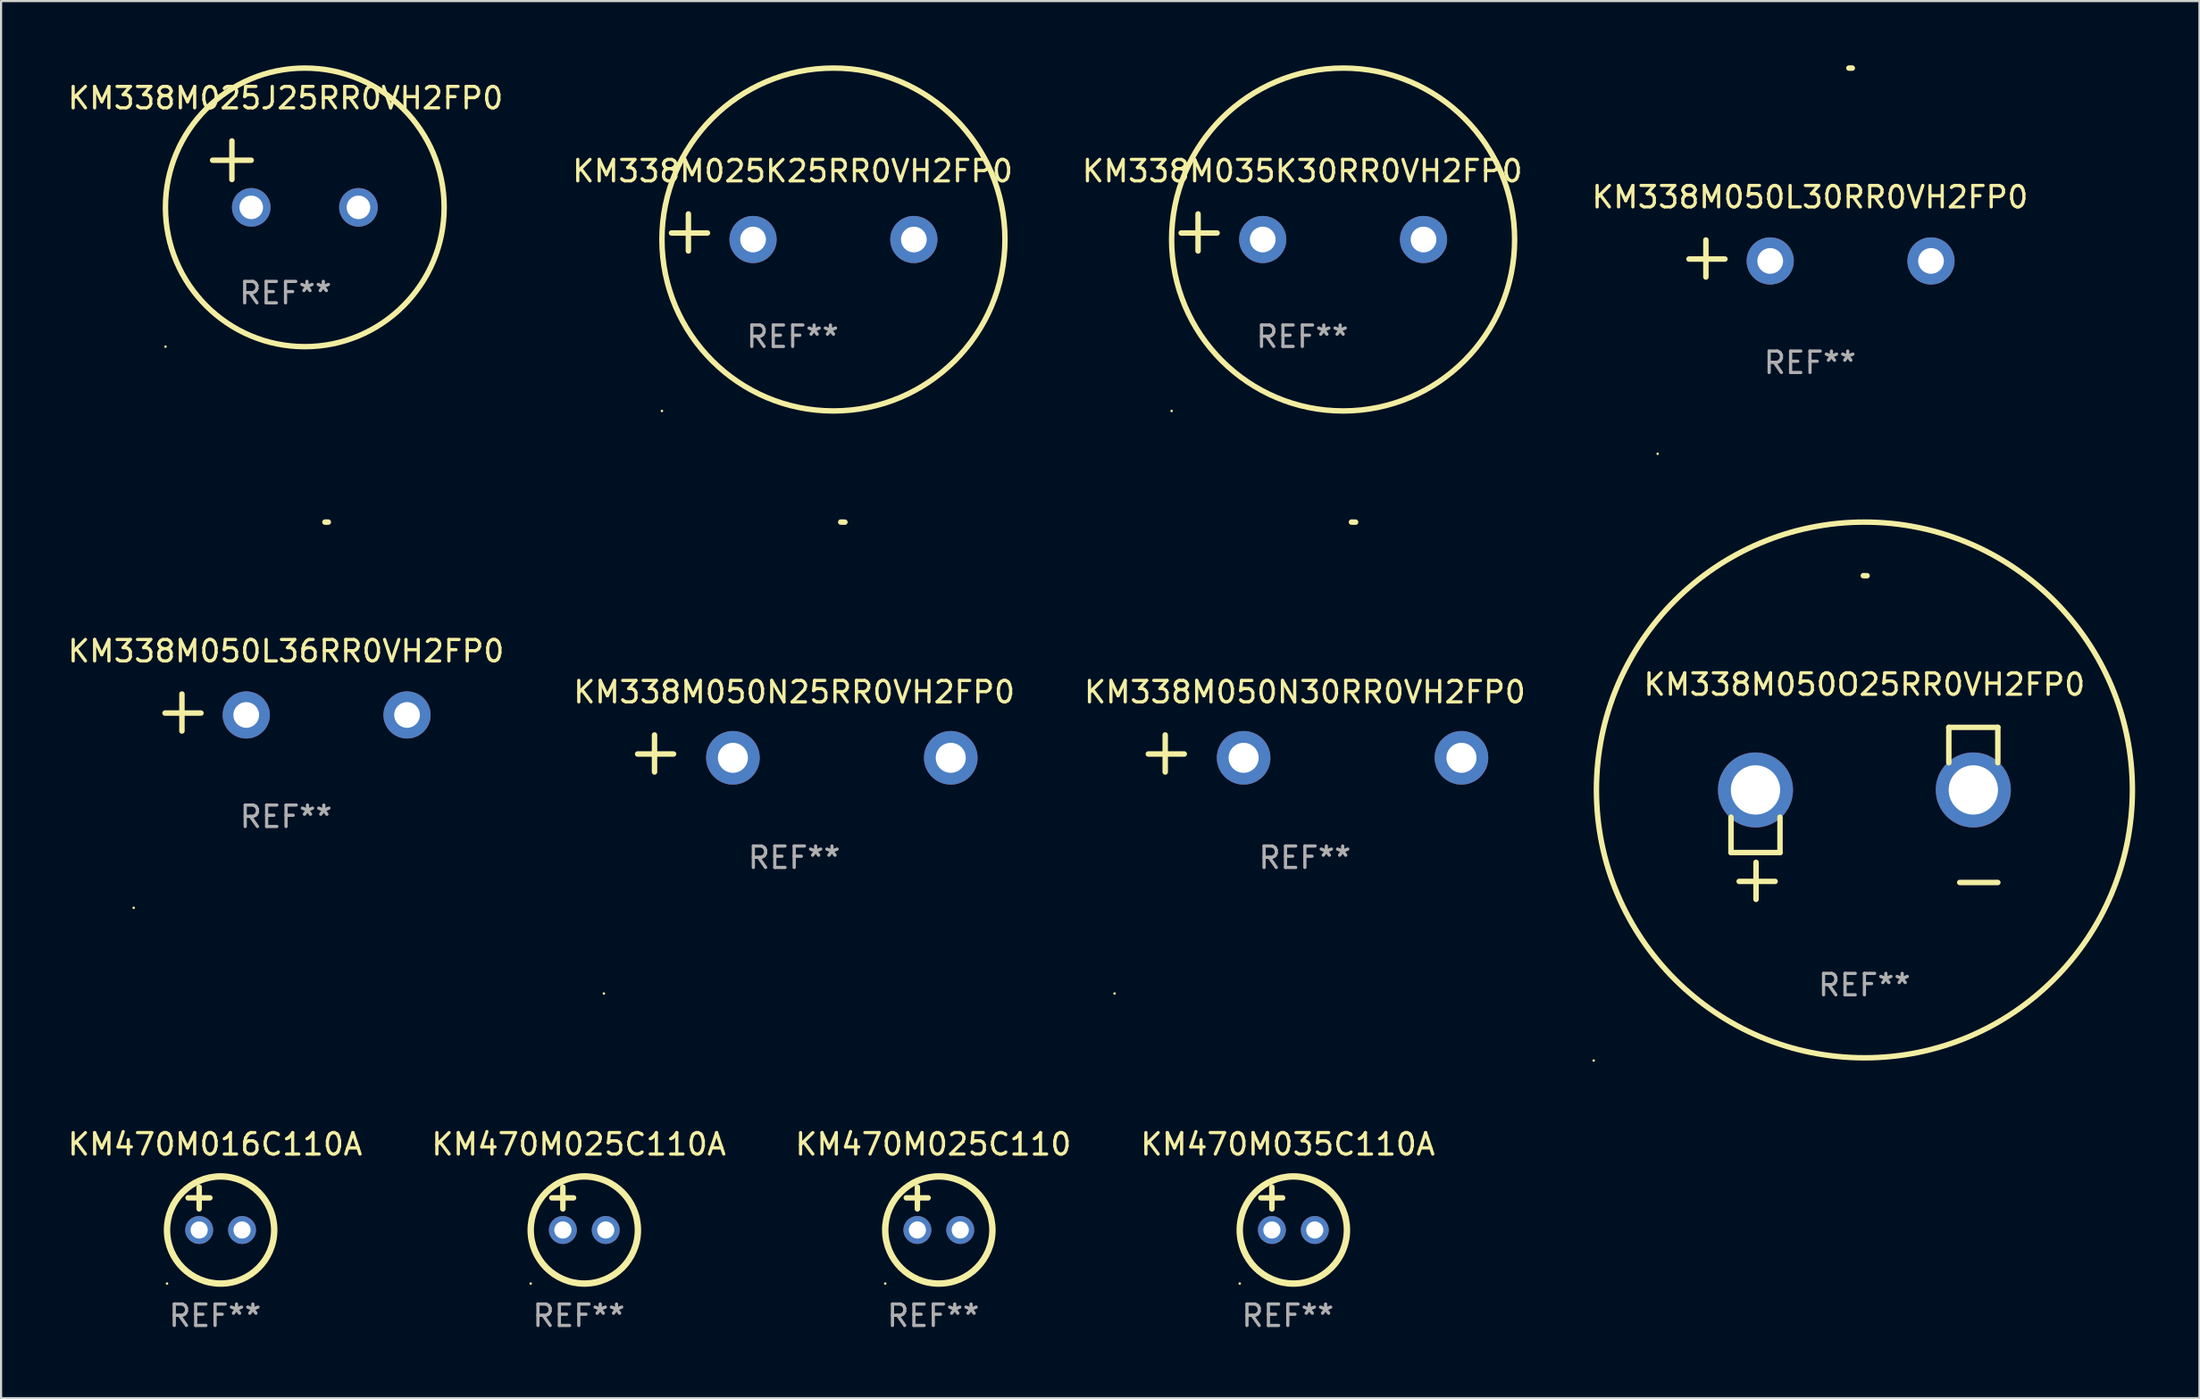
<source format=kicad_pcb>
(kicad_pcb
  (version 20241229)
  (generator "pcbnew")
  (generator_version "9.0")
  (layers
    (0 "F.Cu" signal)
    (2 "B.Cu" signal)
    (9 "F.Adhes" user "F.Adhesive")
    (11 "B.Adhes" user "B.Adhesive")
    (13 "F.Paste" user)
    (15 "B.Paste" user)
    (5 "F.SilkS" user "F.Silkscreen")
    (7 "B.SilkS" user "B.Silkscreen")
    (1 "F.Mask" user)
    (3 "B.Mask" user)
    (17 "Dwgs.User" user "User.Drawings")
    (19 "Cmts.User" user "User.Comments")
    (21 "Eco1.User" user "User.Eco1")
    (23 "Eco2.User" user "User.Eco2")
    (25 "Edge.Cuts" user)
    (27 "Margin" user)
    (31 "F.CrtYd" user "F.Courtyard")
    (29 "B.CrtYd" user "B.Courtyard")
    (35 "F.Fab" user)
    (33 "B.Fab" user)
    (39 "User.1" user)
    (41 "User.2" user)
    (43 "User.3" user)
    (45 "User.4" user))
  (footprint "KM470M025C110A"
    (layer "F.Cu")
    (at 23.946 53.349)
    (property "Reference" "KM470M025C110A" (at 0 -3 0) (layer "F.SilkS") (effects (font (size 1 1) (thickness 0.15))))
    (attr through_hole)
    (fp_line (start -1.258 -0.5) (end -0.242 -0.5) (stroke (width 0.254) (type solid)) (layer "F.SilkS"))
    (fp_line (start -0.742 -1) (end -0.742 0.016) (stroke (width 0.254) (type solid)) (layer "F.SilkS"))
    (fp_circle (center -2.242 3.5) (end -2.212 3.5) (stroke (width 0.06) (type solid)) (fill no) (layer "F.SilkS"))
    (fp_circle (center 0.258 1) (end 2.758 1) (stroke (width 0.3) (type solid)) (fill no) (layer "F.SilkS"))
    (fp_text user "REF**" (at 0 5 0) (layer "F.Fab") (effects (font (size 1 1) (thickness 0.15))))
    (pad "1" thru_hole circle (at -0.742 1) (size 1.3 1.3) (drill 0.8) (layers "*.Cu" "*.Mask"))
    (pad "2" thru_hole circle (at 1.258 1) (size 1.3 1.3) (drill 0.8) (layers "*.Cu" "*.Mask")))
  (footprint "KM470M025C110"
    (layer "F.Cu")
    (at 40.482 53.349)
    (property "Reference" "KM470M025C110" (at 0 -3 0) (layer "F.SilkS") (effects (font (size 1 1) (thickness 0.15))))
    (attr through_hole)
    (fp_line (start -1.258 -0.5) (end -0.242 -0.5) (stroke (width 0.254) (type solid)) (layer "F.SilkS"))
    (fp_line (start -0.742 -1) (end -0.742 0.016) (stroke (width 0.254) (type solid)) (layer "F.SilkS"))
    (fp_circle (center -2.242 3.5) (end -2.212 3.5) (stroke (width 0.06) (type solid)) (fill no) (layer "F.SilkS"))
    (fp_circle (center 0.258 1) (end 2.758 1) (stroke (width 0.3) (type solid)) (fill no) (layer "F.SilkS"))
    (fp_text user "REF**" (at 0 5 0) (layer "F.Fab") (effects (font (size 1 1) (thickness 0.15))))
    (pad "1" thru_hole circle (at -0.742 1) (size 1.3 1.3) (drill 0.8) (layers "*.Cu" "*.Mask"))
    (pad "2" thru_hole circle (at 1.258 1) (size 1.3 1.3) (drill 0.8) (layers "*.Cu" "*.Mask")))
  (footprint "KM338M050O25RR0VH2FP0"
    (layer "F.Cu")
    (at 83.913 34.906)
    (property "Reference" "KM338M050O25RR0VH2FP0" (at 0 -6.013 0) (layer "F.SilkS") (effects (font (size 1 1) (thickness 0.15))))
    (attr through_hole)
    (fp_line (start -6.223 0.178) (end -6.223 1.829) (stroke (width 0.254) (type solid)) (layer "F.SilkS"))
    (fp_line (start -6.223 1.829) (end -3.937 1.829) (stroke (width 0.254) (type solid)) (layer "F.SilkS"))
    (fp_line (start -5.055 4.013) (end -5.055 2.286) (stroke (width 0.254) (type solid)) (layer "F.SilkS"))
    (fp_line (start -4.166 3.175) (end -5.842 3.175) (stroke (width 0.254) (type solid)) (layer "F.SilkS"))
    (fp_line (start -3.937 1.829) (end -3.937 0.178) (stroke (width 0.254) (type solid)) (layer "F.SilkS"))
    (fp_line (start 3.937 -4.013) (end 3.937 -2.362) (stroke (width 0.254) (type solid)) (layer "F.SilkS"))
    (fp_line (start 6.223 -4.013) (end 3.937 -4.013) (stroke (width 0.254) (type solid)) (layer "F.SilkS"))
    (fp_line (start 6.223 -2.362) (end 6.223 -4.013) (stroke (width 0.254) (type solid)) (layer "F.SilkS"))
    (fp_line (start 6.223 3.226) (end 4.445 3.226) (stroke (width 0.254) (type solid)) (layer "F.SilkS"))
    (fp_arc (start -0.0508 -11.092202) (mid 0.036835 -11.091307) (end 0.12446 -11.089662) (stroke (width 0.254001) (type solid)) (layer "F.SilkS"))
    (fp_circle (center -12.627 11.535) (end -12.597 11.535) (stroke (width 0.06) (type solid)) (fill no) (layer "F.SilkS"))
    (fp_circle (center 0 -1.092) (end 12.5 -1.092) (stroke (width 0.254) (type solid)) (fill no) (layer "F.SilkS"))
    (fp_text user "REF**" (at 0 8.013 0) (layer "F.Fab") (effects (font (size 1 1) (thickness 0.15))))
    (pad "1" thru_hole circle (at -5.08 -1.092) (size 3.5 3.5) (drill 2.3) (layers "*.Cu" "*.Mask"))
    (pad "2" thru_hole circle (at 5.08 -1.092) (size 3.5 3.5) (drill 2.3) (layers "*.Cu" "*.Mask")))
  (footprint "KM338M025J25RR0VH2FP0"
    (layer "F.Cu")
    (at 10.268 5.077)
    (property "Reference" "KM338M025J25RR0VH2FP0" (at 0 -3.55 0) (layer "F.SilkS") (effects (font (size 1 1) (thickness 0.15))))
    (attr through_hole)
    (fp_line (start -3.401 -0.65) (end -1.601 -0.65) (stroke (width 0.254) (type solid)) (layer "F.SilkS"))
    (fp_line (start -2.501 -1.55) (end -2.501 0.25) (stroke (width 0.254) (type solid)) (layer "F.SilkS"))
    (fp_circle (center -5.599 8.05) (end -5.569 8.05) (stroke (width 0.06) (type solid)) (fill no) (layer "F.SilkS"))
    (fp_circle (center 0.899 1.55) (end 7.399 1.55) (stroke (width 0.254) (type solid)) (fill no) (layer "F.SilkS"))
    (fp_text user "REF**" (at 0 5.55 0) (layer "F.Fab") (effects (font (size 1 1) (thickness 0.15))))
    (pad "1" thru_hole circle (at -1.599 1.55) (size 1.8 1.8) (drill 1.1) (layers "*.Cu" "*.Mask"))
    (pad "2" thru_hole circle (at 3.401 1.55) (size 1.8 1.8) (drill 1.1) (layers "*.Cu" "*.Mask")))
  (footprint "KM338M050N30RR0VH2FP0"
    (layer "F.Cu")
    (at 57.815 32.111)
    (property "Reference" "KM338M050N30RR0VH2FP0" (at 0 -2.864 0) (layer "F.SilkS") (effects (font (size 1 1) (thickness 0.15))))
    (attr through_hole)
    (fp_line (start -6.515 0.864) (end -6.515 -0.864) (stroke (width 0.254) (type solid)) (layer "F.SilkS"))
    (fp_line (start -5.626 0.025) (end -7.303 0.025) (stroke (width 0.254) (type solid)) (layer "F.SilkS"))
    (fp_arc (start 2.171704 -10.797562) (mid 2.268229 -10.796706) (end 2.364744 -10.795022) (stroke (width 0.254001) (type solid)) (layer "F.SilkS"))
    (fp_circle (center -8.877 11.202) (end -8.847 11.202) (stroke (width 0.06) (type solid)) (fill no) (layer "F.SilkS"))
    (fp_text user "REF**" (at 0 4.864 0) (layer "F.Fab") (effects (font (size 1 1) (thickness 0.15))))
    (pad "1" thru_hole circle (at -2.858 0.203) (size 2.5 2.5) (drill 1.4) (layers "*.Cu" "*.Mask"))
    (pad "2" thru_hole circle (at 7.303 0.203) (size 2.5 2.5) (drill 1.4) (layers "*.Cu" "*.Mask")))
  (footprint "KM338M050N25RR0VH2FP0"
    (layer "F.Cu")
    (at 33.994 32.111)
    (property "Reference" "KM338M050N25RR0VH2FP0" (at 0 -2.864 0) (layer "F.SilkS") (effects (font (size 1 1) (thickness 0.15))))
    (attr through_hole)
    (fp_line (start -6.515 0.864) (end -6.515 -0.864) (stroke (width 0.254) (type solid)) (layer "F.SilkS"))
    (fp_line (start -5.626 0.025) (end -7.303 0.025) (stroke (width 0.254) (type solid)) (layer "F.SilkS"))
    (fp_arc (start 2.171704 -10.797562) (mid 2.268229 -10.796706) (end 2.364744 -10.795022) (stroke (width 0.254001) (type solid)) (layer "F.SilkS"))
    (fp_circle (center -8.877 11.202) (end -8.847 11.202) (stroke (width 0.06) (type solid)) (fill no) (layer "F.SilkS"))
    (fp_text user "REF**" (at 0 4.864 0) (layer "F.Fab") (effects (font (size 1 1) (thickness 0.15))))
    (pad "1" thru_hole circle (at -2.858 0.203) (size 2.5 2.5) (drill 1.4) (layers "*.Cu" "*.Mask"))
    (pad "2" thru_hole circle (at 7.303 0.203) (size 2.5 2.5) (drill 1.4) (layers "*.Cu" "*.Mask")))
  (footprint "KM338M025K25RR0VH2FP0"
    (layer "F.Cu")
    (at 33.923 7.797)
    (property "Reference" "KM338M025K25RR0VH2FP0" (at 0 -2.864 0) (layer "F.SilkS") (effects (font (size 1 1) (thickness 0.15))))
    (attr through_hole)
    (fp_line (start -4.864 0.864) (end -4.864 -0.864) (stroke (width 0.254) (type solid)) (layer "F.SilkS"))
    (fp_line (start -3.975 0.025) (end -5.652 0.025) (stroke (width 0.254) (type solid)) (layer "F.SilkS"))
    (fp_circle (center -6.098 8.33) (end -6.068 8.33) (stroke (width 0.06) (type solid)) (fill no) (layer "F.SilkS"))
    (fp_circle (center 1.902 0.33) (end 9.902 0.33) (stroke (width 0.254) (type solid)) (fill no) (layer "F.SilkS"))
    (fp_text user "REF**" (at 0 4.864 0) (layer "F.Fab") (effects (font (size 1 1) (thickness 0.15))))
    (pad "1" thru_hole circle (at -1.848 0.33) (size 2.2 2.2) (drill 1.2) (layers "*.Cu" "*.Mask"))
    (pad "2" thru_hole circle (at 5.652 0.33) (size 2.2 2.2) (drill 1.2) (layers "*.Cu" "*.Mask")))
  (footprint "KM338M050L30RR0VH2FP0"
    (layer "F.Cu")
    (at 81.375 9.013)
    (property "Reference" "KM338M050L30RR0VH2FP0" (at 0 -2.864 0) (layer "F.SilkS") (effects (font (size 1 1) (thickness 0.15))))
    (attr through_hole)
    (fp_line (start -4.856 0.864) (end -4.856 -0.864) (stroke (width 0.254) (type solid)) (layer "F.SilkS"))
    (fp_line (start -3.967 0.025) (end -5.644 0.025) (stroke (width 0.254) (type solid)) (layer "F.SilkS"))
    (fp_arc (start 1.815024 -8.885649) (mid 1.893764 -8.88599) (end 1.972504 -8.885649) (stroke (width 0.254001) (type solid)) (layer "F.SilkS"))
    (fp_circle (center -7.106 9.114) (end -7.076 9.114) (stroke (width 0.06) (type solid)) (fill no) (layer "F.SilkS"))
    (fp_text user "REF**" (at 0 4.864 0) (layer "F.Fab") (effects (font (size 1 1) (thickness 0.15))))
    (pad "1" thru_hole circle (at -1.856 0.114) (size 2.2 2.2) (drill 1.2) (layers "*.Cu" "*.Mask"))
    (pad "2" thru_hole circle (at 5.644 0.114) (size 2.2 2.2) (drill 1.2) (layers "*.Cu" "*.Mask")))
  (footprint "KM470M035C110A"
    (layer "F.Cu")
    (at 57.018 53.349)
    (property "Reference" "KM470M035C110A" (at 0 -3 0) (layer "F.SilkS") (effects (font (size 1 1) (thickness 0.15))))
    (attr through_hole)
    (fp_line (start -1.258 -0.5) (end -0.242 -0.5) (stroke (width 0.254) (type solid)) (layer "F.SilkS"))
    (fp_line (start -0.742 -1) (end -0.742 0.016) (stroke (width 0.254) (type solid)) (layer "F.SilkS"))
    (fp_circle (center -2.242 3.5) (end -2.212 3.5) (stroke (width 0.06) (type solid)) (fill no) (layer "F.SilkS"))
    (fp_circle (center 0.258 1) (end 2.758 1) (stroke (width 0.3) (type solid)) (fill no) (layer "F.SilkS"))
    (fp_text user "REF**" (at 0 5 0) (layer "F.Fab") (effects (font (size 1 1) (thickness 0.15))))
    (pad "1" thru_hole circle (at -0.742 1) (size 1.3 1.3) (drill 0.8) (layers "*.Cu" "*.Mask"))
    (pad "2" thru_hole circle (at 1.258 1) (size 1.3 1.3) (drill 0.8) (layers "*.Cu" "*.Mask")))
  (footprint "KM338M050L36RR0VH2FP0"
    (layer "F.Cu")
    (at 10.292 30.2)
    (property "Reference" "KM338M050L36RR0VH2FP0" (at 0 -2.864 0) (layer "F.SilkS") (effects (font (size 1 1) (thickness 0.15))))
    (attr through_hole)
    (fp_line (start -4.856 0.864) (end -4.856 -0.864) (stroke (width 0.254) (type solid)) (layer "F.SilkS"))
    (fp_line (start -3.967 0.025) (end -5.644 0.025) (stroke (width 0.254) (type solid)) (layer "F.SilkS"))
    (fp_arc (start 1.815024 -8.885649) (mid 1.893764 -8.88599) (end 1.972504 -8.885649) (stroke (width 0.254001) (type solid)) (layer "F.SilkS"))
    (fp_circle (center -7.106 9.114) (end -7.076 9.114) (stroke (width 0.06) (type solid)) (fill no) (layer "F.SilkS"))
    (fp_text user "REF**" (at 0 4.864 0) (layer "F.Fab") (effects (font (size 1 1) (thickness 0.15))))
    (pad "1" thru_hole circle (at -1.856 0.114) (size 2.2 2.2) (drill 1.2) (layers "*.Cu" "*.Mask"))
    (pad "2" thru_hole circle (at 5.644 0.114) (size 2.2 2.2) (drill 1.2) (layers "*.Cu" "*.Mask")))
  (footprint "KM338M035K30RR0VH2FP0"
    (layer "F.Cu")
    (at 57.696 7.797)
    (property "Reference" "KM338M035K30RR0VH2FP0" (at 0 -2.864 0) (layer "F.SilkS") (effects (font (size 1 1) (thickness 0.15))))
    (attr through_hole)
    (fp_line (start -4.864 0.864) (end -4.864 -0.864) (stroke (width 0.254) (type solid)) (layer "F.SilkS"))
    (fp_line (start -3.975 0.025) (end -5.652 0.025) (stroke (width 0.254) (type solid)) (layer "F.SilkS"))
    (fp_circle (center -6.098 8.33) (end -6.068 8.33) (stroke (width 0.06) (type solid)) (fill no) (layer "F.SilkS"))
    (fp_circle (center 1.902 0.33) (end 9.902 0.33) (stroke (width 0.254) (type solid)) (fill no) (layer "F.SilkS"))
    (fp_text user "REF**" (at 0 4.864 0) (layer "F.Fab") (effects (font (size 1 1) (thickness 0.15))))
    (pad "1" thru_hole circle (at -1.848 0.33) (size 2.2 2.2) (drill 1.2) (layers "*.Cu" "*.Mask"))
    (pad "2" thru_hole circle (at 5.652 0.33) (size 2.2 2.2) (drill 1.2) (layers "*.Cu" "*.Mask")))
  (footprint "KM470M016C110A"
    (layer "F.Cu")
    (at 6.982 53.349)
    (property "Reference" "KM470M016C110A" (at 0 -3 0) (layer "F.SilkS") (effects (font (size 1 1) (thickness 0.15))))
    (attr through_hole)
    (fp_line (start -1.258 -0.5) (end -0.242 -0.5) (stroke (width 0.254) (type solid)) (layer "F.SilkS"))
    (fp_line (start -0.742 -1) (end -0.742 0.016) (stroke (width 0.254) (type solid)) (layer "F.SilkS"))
    (fp_circle (center -2.242 3.5) (end -2.212 3.5) (stroke (width 0.06) (type solid)) (fill no) (layer "F.SilkS"))
    (fp_circle (center 0.258 1) (end 2.758 1) (stroke (width 0.3) (type solid)) (fill no) (layer "F.SilkS"))
    (fp_text user "REF**" (at 0 5 0) (layer "F.Fab") (effects (font (size 1 1) (thickness 0.15))))
    (pad "1" thru_hole circle (at -0.742 1) (size 1.3 1.3) (drill 0.8) (layers "*.Cu" "*.Mask"))
    (pad "2" thru_hole circle (at 1.258 1) (size 1.3 1.3) (drill 0.8) (layers "*.Cu" "*.Mask")))
  (gr_rect
    (start -3 -3)
    (end 99.54 62.197)
    (stroke (width 0.1) (type default))
    (fill no)
    (layer "Edge.Cuts")))
</source>
